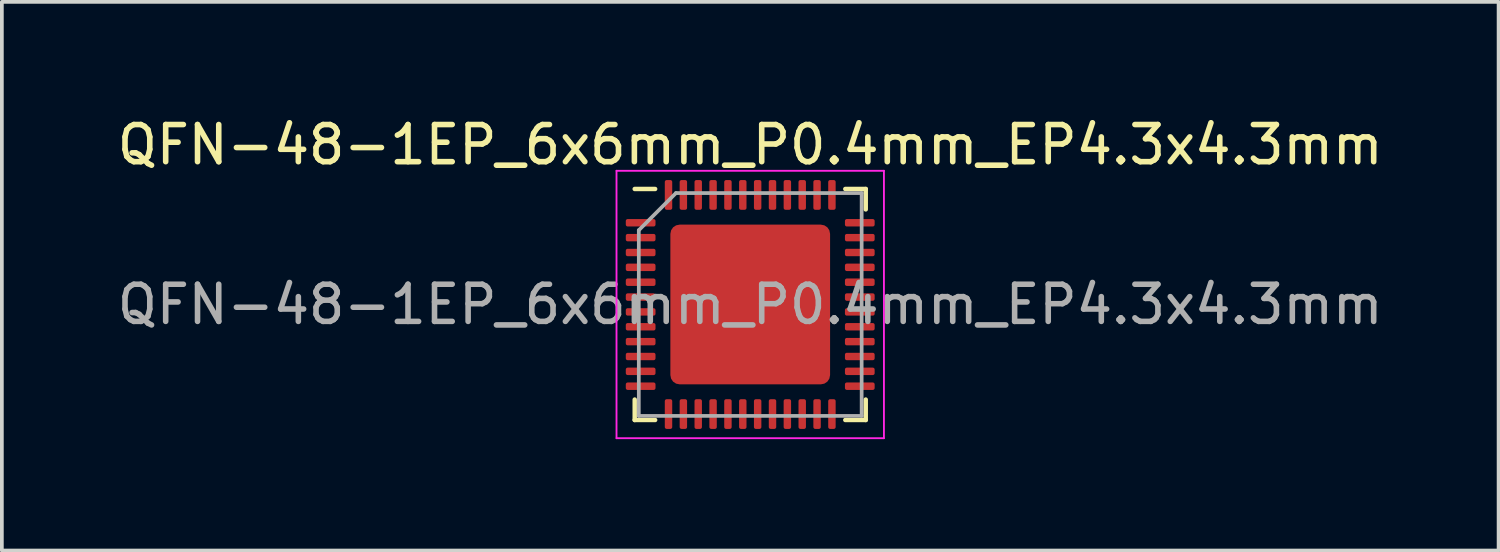
<source format=kicad_pcb>
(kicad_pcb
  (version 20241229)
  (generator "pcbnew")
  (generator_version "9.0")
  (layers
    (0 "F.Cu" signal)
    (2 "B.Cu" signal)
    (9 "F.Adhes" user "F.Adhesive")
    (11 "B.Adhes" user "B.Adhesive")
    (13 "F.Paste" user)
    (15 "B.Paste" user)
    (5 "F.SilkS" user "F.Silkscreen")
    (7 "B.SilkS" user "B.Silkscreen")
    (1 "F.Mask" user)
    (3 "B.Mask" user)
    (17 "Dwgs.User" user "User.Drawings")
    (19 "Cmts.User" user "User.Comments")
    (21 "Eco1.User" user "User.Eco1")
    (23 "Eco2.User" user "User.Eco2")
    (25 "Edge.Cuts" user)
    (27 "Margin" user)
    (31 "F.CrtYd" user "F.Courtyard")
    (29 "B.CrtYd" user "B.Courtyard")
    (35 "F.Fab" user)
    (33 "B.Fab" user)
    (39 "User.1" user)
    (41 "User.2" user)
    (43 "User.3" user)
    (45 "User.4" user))
  (footprint "QFN-48-1EP_6x6mm_P0.4mm_EP4.3x4.3mm"
    (layer "F.Cu")
    (at 17.149 5.148)
    (property "Reference" "QFN-48-1EP_6x6mm_P0.4mm_EP4.3x4.3mm" (at 0 -4.3 0) (layer "F.SilkS") (effects (font (size 1 1) (thickness 0.15))))
    (attr smd)
    (fp_line (start -3.11 3.11) (end -3.11 2.56) (stroke (width 0.12) (type solid)) (layer "F.SilkS"))
    (fp_line (start -2.56 -3.11) (end -3.11 -3.11) (stroke (width 0.12) (type solid)) (layer "F.SilkS"))
    (fp_line (start -2.56 3.11) (end -3.11 3.11) (stroke (width 0.12) (type solid)) (layer "F.SilkS"))
    (fp_line (start 2.56 -3.11) (end 3.11 -3.11) (stroke (width 0.12) (type solid)) (layer "F.SilkS"))
    (fp_line (start 2.56 3.11) (end 3.11 3.11) (stroke (width 0.12) (type solid)) (layer "F.SilkS"))
    (fp_line (start 3.11 -3.11) (end 3.11 -2.56) (stroke (width 0.12) (type solid)) (layer "F.SilkS"))
    (fp_line (start 3.11 3.11) (end 3.11 2.56) (stroke (width 0.12) (type solid)) (layer "F.SilkS"))
    (fp_line (start -3.6 -3.6) (end -3.6 3.6) (stroke (width 0.05) (type solid)) (layer "F.CrtYd"))
    (fp_line (start -3.6 3.6) (end 3.6 3.6) (stroke (width 0.05) (type solid)) (layer "F.CrtYd"))
    (fp_line (start 3.6 -3.6) (end -3.6 -3.6) (stroke (width 0.05) (type solid)) (layer "F.CrtYd"))
    (fp_line (start 3.6 3.6) (end 3.6 -3.6) (stroke (width 0.05) (type solid)) (layer "F.CrtYd"))
    (fp_line (start -3 -2) (end -2 -3) (stroke (width 0.1) (type solid)) (layer "F.Fab"))
    (fp_line (start -3 3) (end -3 -2) (stroke (width 0.1) (type solid)) (layer "F.Fab"))
    (fp_line (start -2 -3) (end 3 -3) (stroke (width 0.1) (type solid)) (layer "F.Fab"))
    (fp_line (start 3 -3) (end 3 3) (stroke (width 0.1) (type solid)) (layer "F.Fab"))
    (fp_line (start 3 3) (end -3 3) (stroke (width 0.1) (type solid)) (layer "F.Fab"))
    (fp_text user "${REFERENCE}" (at 0 0 0) (layer "F.Fab") (effects (font (size 1 1) (thickness 0.15))))
    (pad "" smd roundrect (at -1.43 -1.43) (size 1.16 1.16) (layers "F.Paste") (roundrect_rratio 0.216))
    (pad "" smd roundrect (at -1.43 0) (size 1.16 1.16) (layers "F.Paste") (roundrect_rratio 0.216))
    (pad "" smd roundrect (at -1.43 1.43) (size 1.16 1.16) (layers "F.Paste") (roundrect_rratio 0.216))
    (pad "" smd roundrect (at 0 -1.43) (size 1.16 1.16) (layers "F.Paste") (roundrect_rratio 0.216))
    (pad "" smd roundrect (at 0 0) (size 1.16 1.16) (layers "F.Paste") (roundrect_rratio 0.216))
    (pad "" smd roundrect (at 0 1.43) (size 1.16 1.16) (layers "F.Paste") (roundrect_rratio 0.216))
    (pad "" smd roundrect (at 1.43 -1.43) (size 1.16 1.16) (layers "F.Paste") (roundrect_rratio 0.216))
    (pad "" smd roundrect (at 1.43 0) (size 1.16 1.16) (layers "F.Paste") (roundrect_rratio 0.216))
    (pad "" smd roundrect (at 1.43 1.43) (size 1.16 1.16) (layers "F.Paste") (roundrect_rratio 0.216))
    (pad "1" smd roundrect (at -2.95 -2.2) (size 0.8 0.2) (layers "F.Cu" "F.Mask" "F.Paste") (roundrect_rratio 0.25))
    (pad "2" smd roundrect (at -2.95 -1.8) (size 0.8 0.2) (layers "F.Cu" "F.Mask" "F.Paste") (roundrect_rratio 0.25))
    (pad "3" smd roundrect (at -2.95 -1.4) (size 0.8 0.2) (layers "F.Cu" "F.Mask" "F.Paste") (roundrect_rratio 0.25))
    (pad "4" smd roundrect (at -2.95 -1) (size 0.8 0.2) (layers "F.Cu" "F.Mask" "F.Paste") (roundrect_rratio 0.25))
    (pad "5" smd roundrect (at -2.95 -0.6) (size 0.8 0.2) (layers "F.Cu" "F.Mask" "F.Paste") (roundrect_rratio 0.25))
    (pad "6" smd roundrect (at -2.95 -0.2) (size 0.8 0.2) (layers "F.Cu" "F.Mask" "F.Paste") (roundrect_rratio 0.25))
    (pad "7" smd roundrect (at -2.95 0.2) (size 0.8 0.2) (layers "F.Cu" "F.Mask" "F.Paste") (roundrect_rratio 0.25))
    (pad "8" smd roundrect (at -2.95 0.6) (size 0.8 0.2) (layers "F.Cu" "F.Mask" "F.Paste") (roundrect_rratio 0.25))
    (pad "9" smd roundrect (at -2.95 1) (size 0.8 0.2) (layers "F.Cu" "F.Mask" "F.Paste") (roundrect_rratio 0.25))
    (pad "10" smd roundrect (at -2.95 1.4) (size 0.8 0.2) (layers "F.Cu" "F.Mask" "F.Paste") (roundrect_rratio 0.25))
    (pad "11" smd roundrect (at -2.95 1.8) (size 0.8 0.2) (layers "F.Cu" "F.Mask" "F.Paste") (roundrect_rratio 0.25))
    (pad "12" smd roundrect (at -2.95 2.2) (size 0.8 0.2) (layers "F.Cu" "F.Mask" "F.Paste") (roundrect_rratio 0.25))
    (pad "13" smd roundrect (at -2.2 2.95) (size 0.2 0.8) (layers "F.Cu" "F.Mask" "F.Paste") (roundrect_rratio 0.25))
    (pad "14" smd roundrect (at -1.8 2.95) (size 0.2 0.8) (layers "F.Cu" "F.Mask" "F.Paste") (roundrect_rratio 0.25))
    (pad "15" smd roundrect (at -1.4 2.95) (size 0.2 0.8) (layers "F.Cu" "F.Mask" "F.Paste") (roundrect_rratio 0.25))
    (pad "16" smd roundrect (at -1 2.95) (size 0.2 0.8) (layers "F.Cu" "F.Mask" "F.Paste") (roundrect_rratio 0.25))
    (pad "17" smd roundrect (at -0.6 2.95) (size 0.2 0.8) (layers "F.Cu" "F.Mask" "F.Paste") (roundrect_rratio 0.25))
    (pad "18" smd roundrect (at -0.2 2.95) (size 0.2 0.8) (layers "F.Cu" "F.Mask" "F.Paste") (roundrect_rratio 0.25))
    (pad "19" smd roundrect (at 0.2 2.95) (size 0.2 0.8) (layers "F.Cu" "F.Mask" "F.Paste") (roundrect_rratio 0.25))
    (pad "20" smd roundrect (at 0.6 2.95) (size 0.2 0.8) (layers "F.Cu" "F.Mask" "F.Paste") (roundrect_rratio 0.25))
    (pad "21" smd roundrect (at 1 2.95) (size 0.2 0.8) (layers "F.Cu" "F.Mask" "F.Paste") (roundrect_rratio 0.25))
    (pad "22" smd roundrect (at 1.4 2.95) (size 0.2 0.8) (layers "F.Cu" "F.Mask" "F.Paste") (roundrect_rratio 0.25))
    (pad "23" smd roundrect (at 1.8 2.95) (size 0.2 0.8) (layers "F.Cu" "F.Mask" "F.Paste") (roundrect_rratio 0.25))
    (pad "24" smd roundrect (at 2.2 2.95) (size 0.2 0.8) (layers "F.Cu" "F.Mask" "F.Paste") (roundrect_rratio 0.25))
    (pad "25" smd roundrect (at 2.95 2.2) (size 0.8 0.2) (layers "F.Cu" "F.Mask" "F.Paste") (roundrect_rratio 0.25))
    (pad "26" smd roundrect (at 2.95 1.8) (size 0.8 0.2) (layers "F.Cu" "F.Mask" "F.Paste") (roundrect_rratio 0.25))
    (pad "27" smd roundrect (at 2.95 1.4) (size 0.8 0.2) (layers "F.Cu" "F.Mask" "F.Paste") (roundrect_rratio 0.25))
    (pad "28" smd roundrect (at 2.95 1) (size 0.8 0.2) (layers "F.Cu" "F.Mask" "F.Paste") (roundrect_rratio 0.25))
    (pad "29" smd roundrect (at 2.95 0.6) (size 0.8 0.2) (layers "F.Cu" "F.Mask" "F.Paste") (roundrect_rratio 0.25))
    (pad "30" smd roundrect (at 2.95 0.2) (size 0.8 0.2) (layers "F.Cu" "F.Mask" "F.Paste") (roundrect_rratio 0.25))
    (pad "31" smd roundrect (at 2.95 -0.2) (size 0.8 0.2) (layers "F.Cu" "F.Mask" "F.Paste") (roundrect_rratio 0.25))
    (pad "32" smd roundrect (at 2.95 -0.6) (size 0.8 0.2) (layers "F.Cu" "F.Mask" "F.Paste") (roundrect_rratio 0.25))
    (pad "33" smd roundrect (at 2.95 -1) (size 0.8 0.2) (layers "F.Cu" "F.Mask" "F.Paste") (roundrect_rratio 0.25))
    (pad "34" smd roundrect (at 2.95 -1.4) (size 0.8 0.2) (layers "F.Cu" "F.Mask" "F.Paste") (roundrect_rratio 0.25))
    (pad "35" smd roundrect (at 2.95 -1.8) (size 0.8 0.2) (layers "F.Cu" "F.Mask" "F.Paste") (roundrect_rratio 0.25))
    (pad "36" smd roundrect (at 2.95 -2.2) (size 0.8 0.2) (layers "F.Cu" "F.Mask" "F.Paste") (roundrect_rratio 0.25))
    (pad "37" smd roundrect (at 2.2 -2.95) (size 0.2 0.8) (layers "F.Cu" "F.Mask" "F.Paste") (roundrect_rratio 0.25))
    (pad "38" smd roundrect (at 1.8 -2.95) (size 0.2 0.8) (layers "F.Cu" "F.Mask" "F.Paste") (roundrect_rratio 0.25))
    (pad "39" smd roundrect (at 1.4 -2.95) (size 0.2 0.8) (layers "F.Cu" "F.Mask" "F.Paste") (roundrect_rratio 0.25))
    (pad "40" smd roundrect (at 1 -2.95) (size 0.2 0.8) (layers "F.Cu" "F.Mask" "F.Paste") (roundrect_rratio 0.25))
    (pad "41" smd roundrect (at 0.6 -2.95) (size 0.2 0.8) (layers "F.Cu" "F.Mask" "F.Paste") (roundrect_rratio 0.25))
    (pad "42" smd roundrect (at 0.2 -2.95) (size 0.2 0.8) (layers "F.Cu" "F.Mask" "F.Paste") (roundrect_rratio 0.25))
    (pad "43" smd roundrect (at -0.2 -2.95) (size 0.2 0.8) (layers "F.Cu" "F.Mask" "F.Paste") (roundrect_rratio 0.25))
    (pad "44" smd roundrect (at -0.6 -2.95) (size 0.2 0.8) (layers "F.Cu" "F.Mask" "F.Paste") (roundrect_rratio 0.25))
    (pad "45" smd roundrect (at -1 -2.95) (size 0.2 0.8) (layers "F.Cu" "F.Mask" "F.Paste") (roundrect_rratio 0.25))
    (pad "46" smd roundrect (at -1.4 -2.95) (size 0.2 0.8) (layers "F.Cu" "F.Mask" "F.Paste") (roundrect_rratio 0.25))
    (pad "47" smd roundrect (at -1.8 -2.95) (size 0.2 0.8) (layers "F.Cu" "F.Mask" "F.Paste") (roundrect_rratio 0.25))
    (pad "48" smd roundrect (at -2.2 -2.95) (size 0.2 0.8) (layers "F.Cu" "F.Mask" "F.Paste") (roundrect_rratio 0.25))
    (pad "49" smd roundrect (at 0 0) (size 4.3 4.3) (layers "F.Cu" "F.Mask") (roundrect_rratio 0.058)))
  (gr_rect
    (start -3 -3)
    (end 37.298 11.773)
    (stroke (width 0.1) (type default))
    (fill no)
    (layer "Edge.Cuts")))
</source>
